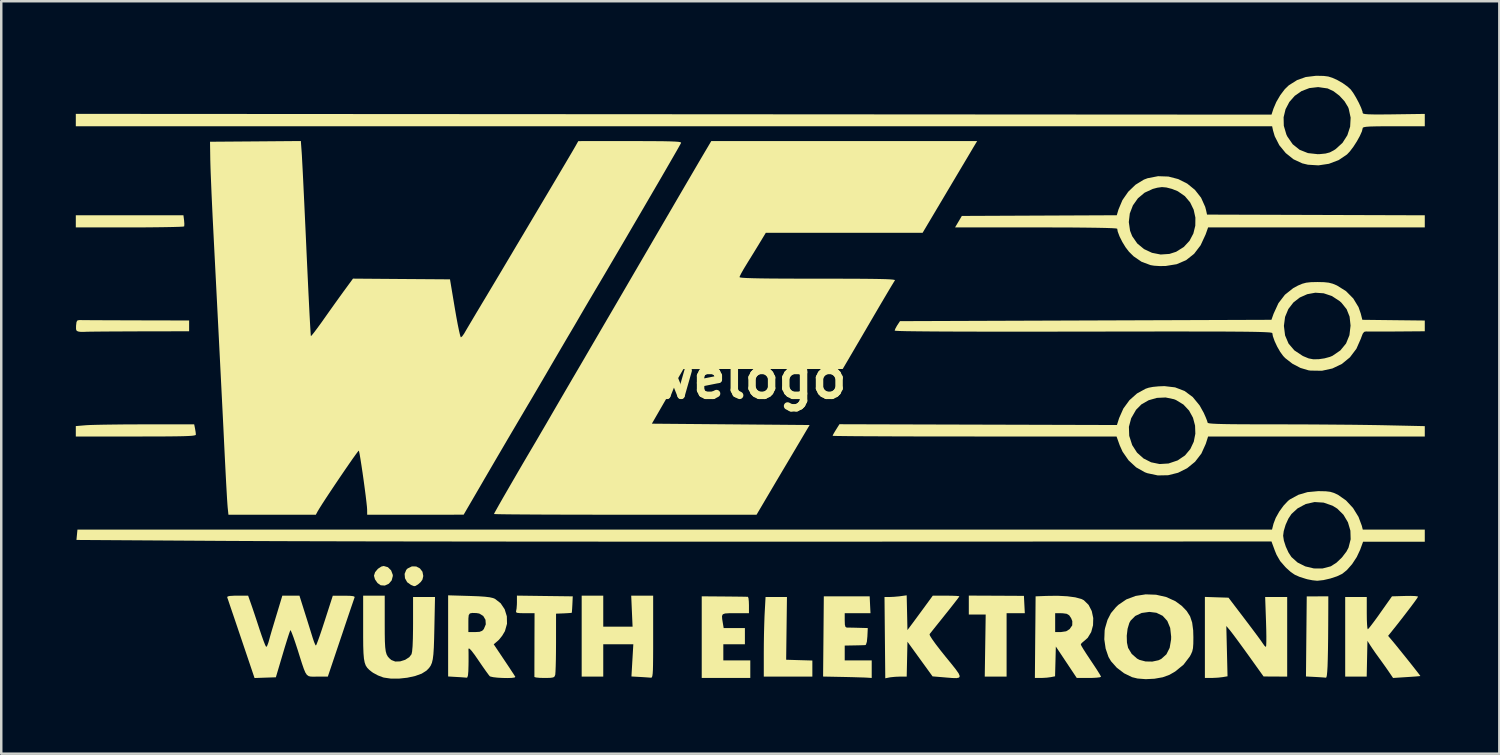
<source format=kicad_pcb>
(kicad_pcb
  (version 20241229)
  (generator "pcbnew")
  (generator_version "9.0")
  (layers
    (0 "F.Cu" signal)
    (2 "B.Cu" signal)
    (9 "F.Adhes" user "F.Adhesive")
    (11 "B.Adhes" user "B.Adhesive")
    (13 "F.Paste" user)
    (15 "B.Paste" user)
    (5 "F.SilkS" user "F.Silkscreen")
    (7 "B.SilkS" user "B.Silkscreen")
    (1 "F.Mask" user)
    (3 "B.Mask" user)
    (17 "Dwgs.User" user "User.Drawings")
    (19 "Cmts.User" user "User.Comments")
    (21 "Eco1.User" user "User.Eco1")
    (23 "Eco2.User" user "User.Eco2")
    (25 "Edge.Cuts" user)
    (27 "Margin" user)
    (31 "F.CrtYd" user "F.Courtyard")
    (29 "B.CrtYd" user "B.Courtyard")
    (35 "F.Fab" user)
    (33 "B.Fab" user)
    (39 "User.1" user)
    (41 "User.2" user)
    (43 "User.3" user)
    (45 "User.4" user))
  (footprint "welogo"
    (layer "F.Cu")
    (at 27.137 12.178)
    (property "Reference" "welogo" (at 0 0 0) (layer "F.SilkS") (effects (font (size 1.5 1.5) (thickness 0.3))))
    (attr board_only exclude_from_pos_files exclude_from_bom)
    (fp_poly (pts (xy -14.58 7.593) (xy -14.451 7.721) (xy -14.385 7.897) (xy -14.382 7.945) (xy -14.428 8.122) (xy -14.545 8.259) (xy -14.704 8.331) (xy -14.871 8.32) (xy -14.999 8.229) (xy -15.101 8.081) (xy -15.141 7.935) (xy -15.096 7.793) (xy -14.984 7.658) (xy -14.841 7.565) (xy -14.748 7.544)) (stroke (width 0) (type solid)) (fill yes) (layer "F.SilkS"))
    (fp_poly (pts (xy 9.9 8.74) (xy 11.009 8.746) (xy 11.027 9.095) (xy 11.045 9.444) (xy 10.678 9.444) (xy 10.312 9.444) (xy 10.312 10.719) (xy 10.312 11.994) (xy 9.873 11.994) (xy 9.433 11.994) (xy 9.452 10.746) (xy 9.471 9.498) (xy 9.132 9.498) (xy 8.792 9.498) (xy 8.792 9.116) (xy 8.792 8.735)) (stroke (width 0) (type solid)) (fill yes) (layer "F.SilkS"))
    (fp_poly (pts (xy -22.781 -6.364) (xy -22.77 -6.221) (xy -22.775 -6.128) (xy -22.779 -6.119) (xy -22.836 -6.11) (xy -22.99 -6.102) (xy -23.23 -6.095) (xy -23.543 -6.089) (xy -23.918 -6.084) (xy -24.343 -6.08) (xy -24.807 -6.079) (xy -24.969 -6.079) (xy -27.137 -6.079) (xy -27.137 -6.323) (xy -27.137 -6.567) (xy -24.972 -6.567) (xy -22.807 -6.567)) (stroke (width 0) (type solid)) (fill yes) (layer "F.SilkS"))
    (fp_poly (pts (xy -13.441 7.563) (xy -13.293 7.641) (xy -13.19 7.774) (xy -13.157 7.947) (xy -13.19 8.09) (xy -13.26 8.189) (xy -13.368 8.285) (xy -13.475 8.348) (xy -13.53 8.355) (xy -13.583 8.334) (xy -13.652 8.306) (xy -13.806 8.196) (xy -13.893 8.037) (xy -13.908 7.861) (xy -13.843 7.701) (xy -13.788 7.644) (xy -13.614 7.559)) (stroke (width 0) (type solid)) (fill yes) (layer "F.SilkS"))
    (fp_poly (pts (xy 1.459 10.054) (xy 1.443 11.316) (xy 1.97 11.332) (xy 2.497 11.347) (xy 2.497 11.671) (xy 2.497 11.994) (xy 1.52 11.994) (xy 0.543 11.994) (xy 0.543 11.053) (xy 0.545 10.679) (xy 0.551 10.282) (xy 0.561 9.9) (xy 0.572 9.572) (xy 0.578 9.452) (xy 0.614 8.792) (xy 1.044 8.792) (xy 1.475 8.792)) (stroke (width 0) (type solid)) (fill yes) (layer "F.SilkS"))
    (fp_poly (pts (xy 23.255 9.24) (xy 23.252 9.901) (xy 23.248 10.459) (xy 23.242 10.921) (xy 23.234 11.294) (xy 23.225 11.584) (xy 23.212 11.797) (xy 23.198 11.939) (xy 23.18 12.017) (xy 23.161 12.038) (xy 23.075 12.03) (xy 22.916 12.019) (xy 22.725 12.008) (xy 22.357 11.989) (xy 22.372 10.378) (xy 22.388 8.768) (xy 22.822 8.766) (xy 23.256 8.765)) (stroke (width 0) (type solid)) (fill yes) (layer "F.SilkS"))
    (fp_poly (pts (xy -22.34 2.015) (xy -22.316 2.158) (xy -22.306 2.259) (xy -22.321 2.277) (xy -22.372 2.292) (xy -22.467 2.305) (xy -22.615 2.314) (xy -22.825 2.322) (xy -23.105 2.327) (xy -23.464 2.331) (xy -23.91 2.333) (xy -24.452 2.334) (xy -24.722 2.334) (xy -27.137 2.334) (xy -27.137 2.125) (xy -27.137 1.915) (xy -26.722 1.88) (xy -26.57 1.872) (xy -26.325 1.865) (xy -26.003 1.858) (xy -25.619 1.853) (xy -25.19 1.848) (xy -24.731 1.846) (xy -24.34 1.845) (xy -22.374 1.845)) (stroke (width 0) (type solid)) (fill yes) (layer "F.SilkS"))
    (fp_poly (pts (xy -26.96 -2.35) (xy -26.874 -2.349) (xy -26.692 -2.347) (xy -26.427 -2.346) (xy -26.091 -2.344) (xy -25.698 -2.342) (xy -25.26 -2.341) (xy -24.791 -2.339) (xy -24.694 -2.339) (xy -22.578 -2.334) (xy -22.578 -2.117) (xy -22.578 -1.9) (xy -24.627 -1.896) (xy -25.092 -1.894) (xy -25.525 -1.892) (xy -25.915 -1.89) (xy -26.248 -1.887) (xy -26.512 -1.884) (xy -26.694 -1.881) (xy -26.781 -1.877) (xy -26.784 -1.877) (xy -26.928 -1.875) (xy -27.018 -1.885) (xy -27.097 -1.913) (xy -27.128 -1.98) (xy -27.127 -2.119) (xy -27.126 -2.132) (xy -27.109 -2.274) (xy -27.07 -2.337) (xy -26.987 -2.351)) (stroke (width 0) (type solid)) (fill yes) (layer "F.SilkS"))
    (fp_poly (pts (xy -5.916 9.362) (xy -5.916 9.986) (xy -5.326 9.986) (xy -4.736 9.986) (xy -4.764 9.362) (xy -4.791 8.738) (xy -4.349 8.738) (xy -3.908 8.738) (xy -3.908 10.393) (xy -3.908 10.861) (xy -3.91 11.232) (xy -3.913 11.516) (xy -3.918 11.726) (xy -3.927 11.871) (xy -3.94 11.964) (xy -3.956 12.015) (xy -3.978 12.036) (xy -4.003 12.038) (xy -4.106 12.03) (xy -4.276 12.018) (xy -4.44 12.008) (xy -4.782 11.989) (xy -4.744 11.34) (xy -4.706 10.692) (xy -5.311 10.692) (xy -5.916 10.692) (xy -5.916 11.343) (xy -5.916 11.994) (xy -6.35 11.994) (xy -6.784 11.994) (xy -6.784 10.366) (xy -6.784 8.738) (xy -6.35 8.738) (xy -5.916 8.738)) (stroke (width 0) (type solid)) (fill yes) (layer "F.SilkS"))
    (fp_poly (pts (xy -1.045 8.771) (xy -0.741 8.774) (xy -0.475 8.777) (xy -0.266 8.78) (xy -0.133 8.783) (xy -0.095 8.785) (xy -0.073 8.839) (xy -0.059 8.97) (xy -0.054 9.118) (xy -0.054 9.444) (xy -0.597 9.444) (xy -0.852 9.444) (xy -1.016 9.454) (xy -1.106 9.488) (xy -1.138 9.558) (xy -1.131 9.678) (xy -1.105 9.837) (xy -1.071 10.041) (xy -0.644 10.041) (xy -0.217 10.041) (xy -0.217 10.366) (xy -0.217 10.692) (xy -0.651 10.692) (xy -1.085 10.692) (xy -1.085 11.018) (xy -1.085 11.343) (xy -0.543 11.343) (xy 0 11.343) (xy 0 11.696) (xy 0 12.049) (xy -0.977 12.049) (xy -1.954 12.049) (xy -1.954 10.407) (xy -1.954 8.764)) (stroke (width 0) (type solid)) (fill yes) (layer "F.SilkS"))
    (fp_poly (pts (xy 4.819 9.104) (xy 4.836 9.444) (xy 4.317 9.444) (xy 3.799 9.444) (xy 3.799 9.733) (xy 3.805 9.904) (xy 3.829 9.992) (xy 3.877 10.021) (xy 3.894 10.022) (xy 3.995 10.023) (xy 4.167 10.026) (xy 4.358 10.031) (xy 4.727 10.041) (xy 4.711 10.38) (xy 4.69 10.594) (xy 4.653 10.708) (xy 4.627 10.726) (xy 4.541 10.73) (xy 4.381 10.735) (xy 4.182 10.739) (xy 4.179 10.739) (xy 3.799 10.746) (xy 3.799 11.045) (xy 3.799 11.343) (xy 4.342 11.343) (xy 4.885 11.343) (xy 4.885 11.696) (xy 4.885 12.049) (xy 4.708 12.037) (xy 4.591 12.031) (xy 4.391 12.025) (xy 4.131 12.017) (xy 3.838 12.01) (xy 3.73 12.008) (xy 2.929 11.992) (xy 2.944 10.378) (xy 2.958 8.765) (xy 3.881 8.765) (xy 4.803 8.765)) (stroke (width 0) (type solid)) (fill yes) (layer "F.SilkS"))
    (fp_poly (pts (xy 18.765 8.804) (xy 19.24 8.819) (xy 19.881 9.661) (xy 20.086 9.932) (xy 20.274 10.182) (xy 20.433 10.396) (xy 20.55 10.557) (xy 20.613 10.649) (xy 20.614 10.651) (xy 20.688 10.754) (xy 20.743 10.8) (xy 20.745 10.8) (xy 20.756 10.749) (xy 20.762 10.606) (xy 20.763 10.388) (xy 20.759 10.113) (xy 20.75 9.796) (xy 20.75 9.796) (xy 20.715 8.792) (xy 21.158 8.792) (xy 21.601 8.792) (xy 21.601 10.393) (xy 21.601 11.994) (xy 21.126 11.992) (xy 20.651 11.989) (xy 20.041 11.137) (xy 19.841 10.86) (xy 19.653 10.602) (xy 19.49 10.382) (xy 19.365 10.216) (xy 19.291 10.122) (xy 19.152 9.959) (xy 19.177 10.971) (xy 19.201 11.982) (xy 19.004 12.015) (xy 18.821 12.036) (xy 18.608 12.047) (xy 18.548 12.048) (xy 18.29 12.049) (xy 18.29 10.418) (xy 18.29 8.788)) (stroke (width 0) (type solid)) (fill yes) (layer "F.SilkS"))
    (fp_poly (pts (xy -8.266 8.751) (xy -7.143 8.765) (xy -7.158 9.091) (xy -7.168 9.265) (xy -7.177 9.387) (xy -7.183 9.427) (xy -7.239 9.434) (xy -7.37 9.443) (xy -7.505 9.45) (xy -7.815 9.462) (xy -7.816 10.633) (xy -7.818 10.986) (xy -7.822 11.308) (xy -7.829 11.581) (xy -7.837 11.787) (xy -7.846 11.908) (xy -7.85 11.927) (xy -7.875 11.99) (xy -7.927 12.026) (xy -8.03 12.043) (xy -8.208 12.049) (xy -8.283 12.049) (xy -8.476 12.044) (xy -8.619 12.03) (xy -8.684 12.011) (xy -8.686 12.008) (xy -8.686 11.944) (xy -8.686 11.788) (xy -8.686 11.554) (xy -8.685 11.259) (xy -8.684 10.919) (xy -8.684 10.705) (xy -8.68 9.444) (xy -9.068 9.444) (xy -9.269 9.44) (xy -9.382 9.428) (xy -9.426 9.4) (xy -9.422 9.358) (xy -9.403 9.255) (xy -9.391 9.091) (xy -9.389 9.004) (xy -9.389 8.736)) (stroke (width 0) (type solid)) (fill yes) (layer "F.SilkS"))
    (fp_poly (pts (xy -14.708 9.866) (xy -14.707 10.268) (xy -14.702 10.577) (xy -14.689 10.809) (xy -14.667 10.978) (xy -14.632 11.101) (xy -14.581 11.192) (xy -14.512 11.267) (xy -14.439 11.328) (xy -14.284 11.388) (xy -14.088 11.382) (xy -13.888 11.32) (xy -13.72 11.212) (xy -13.63 11.094) (xy -13.606 10.981) (xy -13.587 10.767) (xy -13.575 10.458) (xy -13.569 10.06) (xy -13.568 9.875) (xy -13.568 8.792) (xy -13.127 8.792) (xy -12.685 8.792) (xy -12.711 10.054) (xy -12.721 10.49) (xy -12.733 10.832) (xy -12.75 11.094) (xy -12.775 11.293) (xy -12.81 11.441) (xy -12.859 11.554) (xy -12.923 11.646) (xy -13.007 11.733) (xy -13.034 11.758) (xy -13.222 11.876) (xy -13.487 11.971) (xy -13.801 12.039) (xy -14.134 12.075) (xy -14.457 12.075) (xy -14.741 12.034) (xy -14.778 12.024) (xy -14.98 11.947) (xy -15.173 11.843) (xy -15.225 11.807) (xy -15.329 11.724) (xy -15.41 11.642) (xy -15.472 11.548) (xy -15.515 11.427) (xy -15.545 11.266) (xy -15.563 11.049) (xy -15.573 10.763) (xy -15.576 10.393) (xy -15.576 10.043) (xy -15.576 8.738) (xy -15.142 8.738) (xy -14.708 8.738)) (stroke (width 0) (type solid)) (fill yes) (layer "F.SilkS"))
    (fp_poly (pts (xy 6.308 9.423) (xy 6.323 10.122) (xy 6.545 9.824) (xy 6.687 9.632) (xy 6.859 9.398) (xy 7.028 9.168) (xy 7.054 9.132) (xy 7.342 8.738) (xy 7.877 8.738) (xy 8.103 8.74) (xy 8.282 8.747) (xy 8.391 8.756) (xy 8.412 8.763) (xy 8.38 8.812) (xy 8.291 8.93) (xy 8.155 9.105) (xy 7.985 9.321) (xy 7.834 9.509) (xy 7.641 9.751) (xy 7.469 9.965) (xy 7.332 10.137) (xy 7.242 10.25) (xy 7.212 10.288) (xy 7.23 10.35) (xy 7.314 10.484) (xy 7.457 10.684) (xy 7.654 10.94) (xy 7.849 11.184) (xy 8.095 11.485) (xy 8.274 11.711) (xy 8.385 11.871) (xy 8.427 11.975) (xy 8.4 12.033) (xy 8.301 12.055) (xy 8.132 12.051) (xy 7.89 12.032) (xy 7.777 12.022) (xy 7.333 11.985) (xy 6.828 11.288) (xy 6.323 10.591) (xy 6.308 11.293) (xy 6.293 11.994) (xy 6.03 11.994) (xy 5.831 12.002) (xy 5.649 12.02) (xy 5.599 12.028) (xy 5.431 12.062) (xy 5.415 10.427) (xy 5.4 8.792) (xy 5.596 8.792) (xy 5.778 8.784) (xy 5.989 8.765) (xy 6.042 8.758) (xy 6.292 8.724)) (stroke (width 0) (type solid)) (fill yes) (layer "F.SilkS"))
    (fp_poly (pts (xy 12.752 8.762) (xy 13.076 8.805) (xy 13.317 8.87) (xy 13.418 8.92) (xy 13.611 9.109) (xy 13.738 9.356) (xy 13.798 9.638) (xy 13.79 9.928) (xy 13.716 10.202) (xy 13.575 10.435) (xy 13.427 10.565) (xy 13.332 10.643) (xy 13.297 10.702) (xy 13.326 10.764) (xy 13.405 10.897) (xy 13.524 11.083) (xy 13.67 11.303) (xy 13.704 11.354) (xy 13.854 11.579) (xy 13.98 11.773) (xy 14.069 11.917) (xy 14.11 11.995) (xy 14.111 12.001) (xy 14.061 12.022) (xy 13.926 12.038) (xy 13.732 12.048) (xy 13.623 12.049) (xy 13.135 12.049) (xy 12.714 11.416) (xy 12.293 10.784) (xy 12.278 11.383) (xy 12.262 11.982) (xy 12.094 12.015) (xy 11.929 12.037) (xy 11.731 12.048) (xy 11.688 12.049) (xy 11.45 12.049) (xy 11.464 10.407) (xy 11.47 9.824) (xy 12.266 9.824) (xy 12.266 10.203) (xy 12.493 10.203) (xy 12.708 10.171) (xy 12.846 10.085) (xy 12.953 9.932) (xy 12.956 9.762) (xy 12.909 9.644) (xy 12.83 9.527) (xy 12.729 9.467) (xy 12.569 9.446) (xy 12.496 9.444) (xy 12.266 9.444) (xy 12.266 9.824) (xy 11.47 9.824) (xy 11.479 8.765) (xy 11.913 8.748) (xy 12.359 8.742)) (stroke (width 0) (type solid)) (fill yes) (layer "F.SilkS"))
    (fp_poly (pts (xy 26.741 8.753) (xy 26.846 8.767) (xy 26.865 8.778) (xy 26.833 8.835) (xy 26.743 8.963) (xy 26.606 9.148) (xy 26.432 9.377) (xy 26.232 9.637) (xy 26.015 9.914) (xy 25.821 10.157) (xy 25.662 10.355) (xy 25.771 10.483) (xy 25.886 10.62) (xy 26.035 10.802) (xy 26.205 11.013) (xy 26.384 11.235) (xy 26.559 11.454) (xy 26.716 11.653) (xy 26.844 11.816) (xy 26.929 11.927) (xy 26.959 11.971) (xy 26.959 11.971) (xy 26.903 11.978) (xy 26.763 11.99) (xy 26.561 12.004) (xy 26.404 12.014) (xy 25.861 12.049) (xy 25.686 11.791) (xy 25.555 11.602) (xy 25.398 11.383) (xy 25.291 11.235) (xy 25.155 11.047) (xy 25.028 10.863) (xy 24.95 10.746) (xy 24.83 10.556) (xy 24.815 11.275) (xy 24.8 11.994) (xy 24.367 11.994) (xy 23.935 11.994) (xy 23.935 10.393) (xy 23.935 8.792) (xy 24.369 8.792) (xy 24.803 8.792) (xy 24.803 9.444) (xy 24.806 9.695) (xy 24.815 9.9) (xy 24.828 10.039) (xy 24.843 10.091) (xy 24.844 10.091) (xy 24.888 10.048) (xy 24.981 9.931) (xy 25.113 9.756) (xy 25.271 9.539) (xy 25.35 9.426) (xy 25.817 8.765) (xy 26.341 8.75) (xy 26.564 8.747)) (stroke (width 0) (type solid)) (fill yes) (layer "F.SilkS"))
    (fp_poly (pts (xy 16.326 8.7) (xy 16.73 8.791) (xy 17.101 8.959) (xy 17.358 9.147) (xy 17.557 9.353) (xy 17.694 9.569) (xy 17.778 9.821) (xy 17.819 10.134) (xy 17.827 10.421) (xy 17.824 10.673) (xy 17.811 10.85) (xy 17.781 10.982) (xy 17.727 11.104) (xy 17.681 11.187) (xy 17.431 11.515) (xy 17.094 11.79) (xy 16.863 11.923) (xy 16.593 12.021) (xy 16.261 12.08) (xy 15.909 12.097) (xy 15.579 12.071) (xy 15.359 12.017) (xy 15.039 11.86) (xy 14.747 11.638) (xy 14.515 11.378) (xy 14.412 11.205) (xy 14.297 10.868) (xy 14.243 10.495) (xy 14.249 10.351) (xy 15.146 10.351) (xy 15.154 10.626) (xy 15.2 10.838) (xy 15.344 11.078) (xy 15.559 11.268) (xy 15.658 11.321) (xy 15.902 11.385) (xy 16.174 11.39) (xy 16.425 11.336) (xy 16.535 11.283) (xy 16.742 11.097) (xy 16.873 10.837) (xy 16.93 10.501) (xy 16.933 10.387) (xy 16.894 10.035) (xy 16.778 9.754) (xy 16.592 9.549) (xy 16.339 9.426) (xy 16.057 9.391) (xy 15.746 9.434) (xy 15.489 9.554) (xy 15.302 9.742) (xy 15.25 9.835) (xy 15.179 10.071) (xy 15.146 10.351) (xy 14.249 10.351) (xy 14.257 10.137) (xy 14.273 10.047) (xy 14.372 9.71) (xy 14.511 9.44) (xy 14.714 9.198) (xy 14.811 9.106) (xy 15.131 8.888) (xy 15.505 8.748) (xy 15.91 8.685)) (stroke (width 0) (type solid)) (fill yes) (layer "F.SilkS"))
    (fp_poly (pts (xy -11.302 8.749) (xy -10.943 8.762) (xy -10.676 8.78) (xy -10.484 8.803) (xy -10.349 8.834) (xy -10.274 8.865) (xy -10.046 9.041) (xy -9.883 9.284) (xy -9.795 9.568) (xy -9.788 9.868) (xy -9.87 10.159) (xy -9.876 10.173) (xy -9.983 10.352) (xy -10.112 10.512) (xy -10.159 10.556) (xy -10.323 10.694) (xy -9.897 11.33) (xy -9.742 11.561) (xy -9.61 11.762) (xy -9.511 11.912) (xy -9.458 11.997) (xy -9.453 12.007) (xy -9.489 12.032) (xy -9.606 12.047) (xy -9.777 12.052) (xy -9.974 12.048) (xy -10.171 12.037) (xy -10.34 12.018) (xy -10.455 11.992) (xy -10.484 11.977) (xy -10.542 11.904) (xy -10.645 11.763) (xy -10.778 11.573) (xy -10.909 11.382) (xy -11.088 11.122) (xy -11.217 10.953) (xy -11.299 10.869) (xy -11.337 10.866) (xy -11.339 10.923) (xy -11.336 11.004) (xy -11.335 11.166) (xy -11.335 11.381) (xy -11.337 11.52) (xy -11.344 11.78) (xy -11.359 11.944) (xy -11.385 12.025) (xy -11.411 12.038) (xy -11.498 12.03) (xy -11.657 12.018) (xy -11.818 12.009) (xy -12.157 11.989) (xy -12.157 10.356) (xy -12.157 9.824) (xy -11.343 9.824) (xy -11.343 10.203) (xy -11.075 10.203) (xy -10.896 10.193) (xy -10.788 10.152) (xy -10.722 10.083) (xy -10.642 9.892) (xy -10.654 9.708) (xy -10.745 9.554) (xy -10.904 9.457) (xy -11.018 9.438) (xy -11.184 9.433) (xy -11.281 9.452) (xy -11.328 9.519) (xy -11.342 9.655) (xy -11.343 9.824) (xy -12.157 9.824) (xy -12.157 8.724)) (stroke (width 0) (type solid)) (fill yes) (layer "F.SilkS"))
    (fp_poly (pts (xy 16.822 -8.125) (xy 17.217 -8.023) (xy 17.578 -7.842) (xy 17.889 -7.589) (xy 18.136 -7.274) (xy 18.303 -6.904) (xy 18.341 -6.757) (xy 18.376 -6.594) (xy 22.756 -6.58) (xy 27.137 -6.566) (xy 27.137 -6.323) (xy 27.137 -6.079) (xy 22.778 -6.079) (xy 18.42 -6.079) (xy 18.319 -5.794) (xy 18.118 -5.36) (xy 17.856 -5.016) (xy 17.535 -4.761) (xy 17.154 -4.598) (xy 16.716 -4.527) (xy 16.689 -4.525) (xy 16.461 -4.524) (xy 16.245 -4.538) (xy 16.105 -4.561) (xy 15.74 -4.697) (xy 15.42 -4.917) (xy 15.234 -5.102) (xy 15.099 -5.278) (xy 14.968 -5.493) (xy 14.857 -5.714) (xy 14.784 -5.908) (xy 14.762 -6.026) (xy 14.709 -6.038) (xy 14.551 -6.048) (xy 14.292 -6.057) (xy 13.937 -6.064) (xy 13.489 -6.07) (xy 12.952 -6.075) (xy 12.331 -6.077) (xy 11.629 -6.079) (xy 11.5 -6.079) (xy 8.239 -6.079) (xy 8.365 -6.293) (xy 15.229 -6.293) (xy 15.28 -5.943) (xy 15.365 -5.726) (xy 15.569 -5.432) (xy 15.842 -5.206) (xy 16.163 -5.056) (xy 16.51 -4.988) (xy 16.864 -5.012) (xy 17.133 -5.098) (xy 17.441 -5.291) (xy 17.672 -5.54) (xy 17.826 -5.832) (xy 17.904 -6.148) (xy 17.908 -6.473) (xy 17.839 -6.79) (xy 17.697 -7.084) (xy 17.484 -7.337) (xy 17.201 -7.533) (xy 16.967 -7.627) (xy 16.741 -7.685) (xy 16.562 -7.701) (xy 16.378 -7.676) (xy 16.195 -7.627) (xy 15.865 -7.476) (xy 15.595 -7.249) (xy 15.394 -6.965) (xy 15.269 -6.64) (xy 15.229 -6.293) (xy 8.365 -6.293) (xy 8.375 -6.309) (xy 8.511 -6.54) (xy 11.628 -6.554) (xy 14.745 -6.568) (xy 14.813 -6.798) (xy 14.972 -7.177) (xy 15.208 -7.516) (xy 15.501 -7.797) (xy 15.833 -8) (xy 15.985 -8.058) (xy 16.406 -8.139)) (stroke (width 0) (type solid)) (fill yes) (layer "F.SilkS"))
    (fp_poly (pts (xy -20.094 9.05) (xy -20.034 9.222) (xy -19.952 9.465) (xy -19.857 9.751) (xy -19.76 10.046) (xy -19.749 10.081) (xy -19.661 10.341) (xy -19.583 10.559) (xy -19.521 10.716) (xy -19.481 10.795) (xy -19.474 10.8) (xy -19.437 10.753) (xy -19.392 10.634) (xy -19.373 10.57) (xy -19.316 10.363) (xy -19.252 10.141) (xy -19.238 10.095) (xy -19.19 9.937) (xy -19.122 9.711) (xy -19.044 9.453) (xy -18.996 9.294) (xy -18.828 8.738) (xy -18.484 8.738) (xy -18.139 8.738) (xy -17.921 9.43) (xy -17.829 9.721) (xy -17.74 10.006) (xy -17.663 10.253) (xy -17.608 10.43) (xy -17.607 10.434) (xy -17.551 10.599) (xy -17.503 10.712) (xy -17.477 10.746) (xy -17.451 10.697) (xy -17.398 10.56) (xy -17.323 10.351) (xy -17.233 10.086) (xy -17.133 9.78) (xy -17.121 9.744) (xy -16.798 8.741) (xy -16.345 8.74) (xy -16.114 8.743) (xy -15.978 8.757) (xy -15.921 8.783) (xy -15.92 8.806) (xy -15.944 8.873) (xy -15.997 9.029) (xy -16.077 9.262) (xy -16.177 9.558) (xy -16.294 9.904) (xy -16.422 10.287) (xy -16.472 10.434) (xy -16.997 11.994) (xy -17.418 11.994) (xy -17.568 11.997) (xy -17.682 11.994) (xy -17.769 11.975) (xy -17.838 11.926) (xy -17.9 11.834) (xy -17.962 11.687) (xy -18.036 11.472) (xy -18.13 11.176) (xy -18.209 10.923) (xy -18.3 10.646) (xy -18.38 10.412) (xy -18.446 10.238) (xy -18.489 10.14) (xy -18.503 10.126) (xy -18.528 10.185) (xy -18.578 10.331) (xy -18.647 10.548) (xy -18.73 10.816) (xy -18.811 11.089) (xy -19.088 12.022) (xy -19.517 12.036) (xy -19.946 12.051) (xy -20.483 10.462) (xy -20.617 10.066) (xy -20.74 9.702) (xy -20.849 9.382) (xy -20.938 9.12) (xy -21.002 8.929) (xy -21.039 8.823) (xy -21.045 8.806) (xy -21.029 8.77) (xy -20.939 8.749) (xy -20.761 8.739) (xy -20.637 8.738) (xy -20.204 8.738)) (stroke (width 0) (type solid)) (fill yes) (layer "F.SilkS"))
    (fp_poly (pts (xy 23.071 -12.173) (xy 23.253 -12.15) (xy 23.419 -12.098) (xy 23.618 -12.007) (xy 23.625 -12.004) (xy 23.833 -11.885) (xy 24.028 -11.746) (xy 24.156 -11.629) (xy 24.258 -11.49) (xy 24.372 -11.301) (xy 24.483 -11.093) (xy 24.574 -10.896) (xy 24.63 -10.741) (xy 24.64 -10.68) (xy 24.662 -10.657) (xy 24.735 -10.64) (xy 24.869 -10.629) (xy 25.076 -10.624) (xy 25.367 -10.623) (xy 25.752 -10.626) (xy 25.888 -10.628) (xy 27.137 -10.645) (xy 27.137 -10.397) (xy 27.137 -10.149) (xy 25.888 -10.149) (xy 25.478 -10.148) (xy 25.165 -10.144) (xy 24.936 -10.138) (xy 24.782 -10.127) (xy 24.689 -10.111) (xy 24.646 -10.091) (xy 24.64 -10.075) (xy 24.608 -9.944) (xy 24.524 -9.756) (xy 24.405 -9.541) (xy 24.266 -9.325) (xy 24.124 -9.137) (xy 24.008 -9.014) (xy 23.671 -8.786) (xy 23.28 -8.638) (xy 22.86 -8.575) (xy 22.436 -8.601) (xy 22.207 -8.656) (xy 21.856 -8.819) (xy 21.543 -9.069) (xy 21.284 -9.385) (xy 21.1 -9.746) (xy 21.033 -9.973) (xy 20.995 -10.149) (xy -3.071 -10.149) (xy -27.137 -10.149) (xy -27.137 -10.398) (xy -27.137 -10.51) (xy 21.457 -10.51) (xy 21.465 -10.167) (xy 21.568 -9.817) (xy 21.607 -9.736) (xy 21.822 -9.425) (xy 22.1 -9.202) (xy 22.437 -9.068) (xy 22.83 -9.025) (xy 22.919 -9.028) (xy 23.147 -9.051) (xy 23.318 -9.097) (xy 23.481 -9.183) (xy 23.551 -9.229) (xy 23.826 -9.479) (xy 24.022 -9.786) (xy 24.134 -10.132) (xy 24.154 -10.494) (xy 24.077 -10.852) (xy 24.051 -10.918) (xy 23.909 -11.153) (xy 23.704 -11.376) (xy 23.467 -11.557) (xy 23.233 -11.668) (xy 23.22 -11.671) (xy 22.846 -11.724) (xy 22.495 -11.684) (xy 22.178 -11.562) (xy 21.905 -11.372) (xy 21.688 -11.125) (xy 21.535 -10.833) (xy 21.457 -10.51) (xy -27.137 -10.51) (xy -27.137 -10.647) (xy -3.084 -10.632) (xy 20.97 -10.616) (xy 21.049 -10.858) (xy 21.164 -11.127) (xy 21.324 -11.4) (xy 21.504 -11.639) (xy 21.667 -11.796) (xy 22 -12.006) (xy 22.349 -12.129) (xy 22.747 -12.177) (xy 22.829 -12.178)) (stroke (width 0) (type solid)) (fill yes) (layer "F.SilkS"))
    (fp_poly (pts (xy 17.091 0.357) (xy 17.47 0.502) (xy 17.799 0.744) (xy 18.076 1.081) (xy 18.243 1.38) (xy 18.322 1.558) (xy 18.379 1.702) (xy 18.399 1.777) (xy 18.42 1.793) (xy 18.489 1.807) (xy 18.613 1.818) (xy 18.8 1.827) (xy 19.056 1.834) (xy 19.389 1.839) (xy 19.806 1.842) (xy 20.315 1.844) (xy 20.924 1.845) (xy 21.131 1.845) (xy 21.738 1.846) (xy 22.373 1.848) (xy 23.014 1.852) (xy 23.641 1.857) (xy 24.235 1.862) (xy 24.774 1.869) (xy 25.238 1.876) (xy 25.5 1.881) (xy 27.137 1.917) (xy 27.137 2.125) (xy 27.137 2.334) (xy 22.778 2.334) (xy 18.419 2.334) (xy 18.325 2.631) (xy 18.148 3.022) (xy 17.894 3.351) (xy 17.576 3.61) (xy 17.21 3.793) (xy 16.812 3.892) (xy 16.396 3.9) (xy 15.978 3.811) (xy 15.875 3.773) (xy 15.524 3.575) (xy 15.219 3.292) (xy 14.978 2.945) (xy 14.864 2.691) (xy 14.736 2.334) (xy 9.023 2.334) (xy 8.246 2.333) (xy 7.5 2.333) (xy 6.792 2.332) (xy 6.129 2.33) (xy 5.519 2.328) (xy 4.968 2.325) (xy 4.484 2.323) (xy 4.074 2.32) (xy 3.744 2.316) (xy 3.503 2.313) (xy 3.356 2.309) (xy 3.311 2.306) (xy 3.337 2.247) (xy 3.405 2.13) (xy 3.449 2.059) (xy 3.521 1.944) (xy 15.233 1.944) (xy 15.245 2.297) (xy 15.248 2.315) (xy 15.365 2.68) (xy 15.56 2.983) (xy 15.819 3.216) (xy 16.127 3.372) (xy 16.468 3.442) (xy 16.827 3.42) (xy 17.189 3.298) (xy 17.197 3.294) (xy 17.489 3.096) (xy 17.704 2.839) (xy 17.843 2.543) (xy 17.906 2.222) (xy 17.895 1.895) (xy 17.811 1.579) (xy 17.654 1.291) (xy 17.426 1.048) (xy 17.129 0.867) (xy 17.047 0.834) (xy 16.71 0.764) (xy 16.362 0.78) (xy 16.028 0.875) (xy 15.737 1.041) (xy 15.52 1.26) (xy 15.324 1.601) (xy 15.233 1.944) (xy 3.521 1.944) (xy 3.587 1.84) (xy 9.169 1.856) (xy 14.751 1.872) (xy 14.84 1.591) (xy 15.01 1.208) (xy 15.255 0.873) (xy 15.559 0.602) (xy 15.904 0.413) (xy 16.029 0.371) (xy 16.2 0.338) (xy 16.429 0.316) (xy 16.662 0.307)) (stroke (width 0) (type solid)) (fill yes) (layer "F.SilkS"))
    (fp_poly (pts (xy 23.152 4.538) (xy 23.332 4.559) (xy 23.483 4.604) (xy 23.643 4.679) (xy 23.967 4.905) (xy 24.25 5.21) (xy 24.471 5.568) (xy 24.605 5.929) (xy 24.642 6.079) (xy 25.889 6.079) (xy 27.137 6.079) (xy 27.137 6.323) (xy 27.137 6.567) (xy 25.896 6.567) (xy 24.655 6.567) (xy 24.537 6.891) (xy 24.399 7.185) (xy 24.213 7.469) (xy 24.002 7.709) (xy 23.814 7.86) (xy 23.606 7.959) (xy 23.339 8.047) (xy 23.062 8.111) (xy 22.823 8.137) (xy 22.797 8.137) (xy 22.62 8.119) (xy 22.416 8.079) (xy 22.361 8.064) (xy 22.101 7.982) (xy 21.909 7.897) (xy 21.745 7.786) (xy 21.569 7.627) (xy 21.527 7.585) (xy 21.318 7.345) (xy 21.172 7.09) (xy 21.106 6.929) (xy 20.969 6.557) (xy 2.873 6.565) (xy 1.406 6.565) (xy -0.068 6.566) (xy -1.542 6.566) (xy -3.011 6.565) (xy -4.468 6.565) (xy -5.908 6.564) (xy -7.326 6.563) (xy -8.714 6.562) (xy -10.067 6.561) (xy -11.379 6.559) (xy -12.645 6.558) (xy -13.858 6.556) (xy -15.012 6.554) (xy -16.102 6.552) (xy -17.121 6.549) (xy -18.064 6.547) (xy -18.924 6.544) (xy -19.696 6.541) (xy -20.374 6.538) (xy -20.952 6.535) (xy -21.167 6.534) (xy -27.111 6.496) (xy -27.095 6.326) (xy 21.438 6.326) (xy 21.468 6.524) (xy 21.545 6.763) (xy 21.652 6.998) (xy 21.771 7.182) (xy 21.771 7.182) (xy 22.02 7.405) (xy 22.33 7.56) (xy 22.674 7.642) (xy 23.022 7.644) (xy 23.346 7.56) (xy 23.365 7.551) (xy 23.584 7.411) (xy 23.802 7.203) (xy 23.984 6.966) (xy 24.069 6.806) (xy 24.155 6.468) (xy 24.144 6.121) (xy 24.045 5.786) (xy 23.866 5.484) (xy 23.616 5.236) (xy 23.429 5.12) (xy 23.068 4.994) (xy 22.703 4.971) (xy 22.35 5.049) (xy 22.022 5.224) (xy 21.773 5.452) (xy 21.648 5.641) (xy 21.537 5.887) (xy 21.462 6.14) (xy 21.438 6.326) (xy -27.095 6.326) (xy -27.091 6.287) (xy -27.071 6.079) (xy -3.04 6.079) (xy 20.991 6.079) (xy 21.051 5.841) (xy 21.139 5.61) (xy 21.282 5.355) (xy 21.456 5.115) (xy 21.635 4.925) (xy 21.71 4.866) (xy 22.051 4.68) (xy 22.418 4.572) (xy 22.84 4.533) (xy 22.903 4.533)) (stroke (width 0) (type solid)) (fill yes) (layer "F.SilkS"))
    (fp_poly (pts (xy 23.082 -3.875) (xy 23.273 -3.855) (xy 23.434 -3.813) (xy 23.604 -3.742) (xy 23.609 -3.739) (xy 23.967 -3.515) (xy 24.26 -3.219) (xy 24.472 -2.87) (xy 24.56 -2.616) (xy 24.625 -2.361) (xy 25.881 -2.346) (xy 27.137 -2.332) (xy 27.137 -2.116) (xy 27.137 -1.9) (xy 26.011 -1.891) (xy 25.665 -1.889) (xy 25.352 -1.888) (xy 25.088 -1.888) (xy 24.893 -1.889) (xy 24.784 -1.891) (xy 24.772 -1.892) (xy 24.699 -1.876) (xy 24.641 -1.803) (xy 24.581 -1.648) (xy 24.569 -1.611) (xy 24.386 -1.196) (xy 24.126 -0.852) (xy 23.801 -0.585) (xy 23.421 -0.403) (xy 22.998 -0.311) (xy 22.541 -0.318) (xy 22.458 -0.329) (xy 22.134 -0.425) (xy 21.809 -0.596) (xy 21.523 -0.819) (xy 21.44 -0.906) (xy 21.319 -1.072) (xy 21.198 -1.283) (xy 21.095 -1.504) (xy 21.025 -1.702) (xy 21.004 -1.823) (xy 20.992 -1.834) (xy 20.955 -1.844) (xy 20.886 -1.853) (xy 20.78 -1.86) (xy 20.633 -1.867) (xy 20.44 -1.873) (xy 20.196 -1.878) (xy 19.895 -1.882) (xy 19.532 -1.885) (xy 19.103 -1.888) (xy 18.603 -1.889) (xy 18.026 -1.89) (xy 17.367 -1.891) (xy 16.622 -1.891) (xy 15.786 -1.89) (xy 14.852 -1.889) (xy 13.817 -1.887) (xy 13.406 -1.886) (xy 12.187 -1.885) (xy 11.075 -1.884) (xy 10.067 -1.884) (xy 9.166 -1.885) (xy 8.372 -1.887) (xy 7.683 -1.89) (xy 7.102 -1.894) (xy 6.628 -1.899) (xy 6.261 -1.904) (xy 6.002 -1.911) (xy 5.851 -1.919) (xy 5.808 -1.927) (xy 5.836 -2.005) (xy 5.898 -2.117) (xy 21.469 -2.117) (xy 21.516 -1.734) (xy 21.656 -1.405) (xy 21.89 -1.131) (xy 22.217 -0.914) (xy 22.259 -0.893) (xy 22.465 -0.808) (xy 22.648 -0.773) (xy 22.871 -0.776) (xy 22.878 -0.777) (xy 23.103 -0.81) (xy 23.32 -0.869) (xy 23.421 -0.911) (xy 23.74 -1.129) (xy 23.969 -1.407) (xy 24.106 -1.743) (xy 24.151 -2.128) (xy 24.112 -2.489) (xy 23.993 -2.788) (xy 23.785 -3.047) (xy 23.713 -3.112) (xy 23.401 -3.317) (xy 23.069 -3.428) (xy 22.734 -3.451) (xy 22.409 -3.392) (xy 22.11 -3.259) (xy 21.851 -3.058) (xy 21.648 -2.795) (xy 21.516 -2.478) (xy 21.469 -2.117) (xy 5.898 -2.117) (xy 5.903 -2.126) (xy 5.915 -2.144) (xy 6.023 -2.307) (xy 13.495 -2.334) (xy 20.967 -2.361) (xy 21.054 -2.605) (xy 21.249 -3.03) (xy 21.51 -3.37) (xy 21.842 -3.634) (xy 22.035 -3.739) (xy 22.205 -3.811) (xy 22.365 -3.854) (xy 22.553 -3.875) (xy 22.81 -3.881) (xy 22.822 -3.881)) (stroke (width 0) (type solid)) (fill yes) (layer "F.SilkS"))
    (fp_poly (pts (xy 9.021 -9.376) (xy 8.969 -9.289) (xy 8.869 -9.12) (xy 8.728 -8.882) (xy 8.552 -8.587) (xy 8.35 -8.247) (xy 8.127 -7.872) (xy 7.924 -7.53) (xy 6.933 -5.862) (xy 3.779 -5.861) (xy 0.624 -5.861) (xy 0.386 -5.468) (xy 0.244 -5.235) (xy 0.075 -4.96) (xy -0.093 -4.689) (xy -0.143 -4.607) (xy -0.266 -4.405) (xy -0.363 -4.233) (xy -0.422 -4.115) (xy -0.434 -4.078) (xy -0.403 -4.064) (xy -0.308 -4.052) (xy -0.141 -4.042) (xy 0.101 -4.034) (xy 0.425 -4.027) (xy 0.834 -4.022) (xy 1.336 -4.019) (xy 1.935 -4.017) (xy 2.637 -4.016) (xy 2.72 -4.016) (xy 3.406 -4.016) (xy 3.99 -4.014) (xy 4.479 -4.012) (xy 4.879 -4.008) (xy 5.199 -4.003) (xy 5.445 -3.997) (xy 5.623 -3.988) (xy 5.74 -3.978) (xy 5.804 -3.966) (xy 5.821 -3.952) (xy 5.819 -3.948) (xy 5.779 -3.886) (xy 5.691 -3.742) (xy 5.563 -3.528) (xy 5.402 -3.256) (xy 5.215 -2.939) (xy 5.01 -2.589) (xy 4.924 -2.442) (xy 4.705 -2.067) (xy 4.495 -1.707) (xy 4.302 -1.378) (xy 4.136 -1.094) (xy 4.004 -0.869) (xy 3.917 -0.719) (xy 3.901 -0.693) (xy 3.718 -0.382) (xy 0.513 -0.381) (xy -2.691 -0.38) (xy -3.091 0.312) (xy -3.258 0.601) (xy -3.429 0.898) (xy -3.586 1.17) (xy -3.71 1.385) (xy -3.725 1.411) (xy -3.96 1.818) (xy -0.786 1.845) (xy 2.387 1.872) (xy 1.723 2.993) (xy 1.506 3.359) (xy 1.279 3.741) (xy 1.058 4.114) (xy 0.858 4.453) (xy 0.694 4.731) (xy 0.655 4.797) (xy 0.251 5.482) (xy -5.03 5.482) (xy -5.777 5.481) (xy -6.493 5.48) (xy -7.17 5.479) (xy -7.8 5.477) (xy -8.377 5.475) (xy -8.893 5.472) (xy -9.341 5.469) (xy -9.712 5.466) (xy -10.001 5.462) (xy -10.2 5.458) (xy -10.301 5.454) (xy -10.312 5.452) (xy -10.286 5.398) (xy -10.211 5.263) (xy -10.096 5.058) (xy -9.946 4.795) (xy -9.768 4.487) (xy -9.57 4.145) (xy -9.359 3.781) (xy -9.141 3.407) (xy -8.923 3.036) (xy -8.765 2.768) (xy -8.608 2.502) (xy -8.42 2.179) (xy -8.22 1.838) (xy -8.033 1.516) (xy -8.004 1.465) (xy -7.821 1.15) (xy -7.623 0.81) (xy -7.432 0.482) (xy -7.269 0.203) (xy -7.246 0.163) (xy -7.128 -0.039) (xy -7.007 -0.245) (xy -6.878 -0.465) (xy -6.738 -0.704) (xy -6.583 -0.971) (xy -6.408 -1.271) (xy -6.208 -1.613) (xy -5.981 -2.003) (xy -5.721 -2.448) (xy -5.424 -2.956) (xy -5.087 -3.534) (xy -4.705 -4.19) (xy -4.274 -4.929) (xy -4.11 -5.21) (xy -3.778 -5.78) (xy -3.455 -6.333) (xy -3.147 -6.861) (xy -2.86 -7.354) (xy -2.597 -7.804) (xy -2.364 -8.202) (xy -2.167 -8.539) (xy -2.011 -8.806) (xy -1.9 -8.994) (xy -1.851 -9.077) (xy -1.57 -9.552) (xy 3.779 -9.552) (xy 9.127 -9.552)) (stroke (width 0) (type solid)) (fill yes) (layer "F.SilkS"))
    (fp_poly (pts (xy -18.05 -9.105) (xy -18.041 -8.972) (xy -18.029 -8.741) (xy -18.012 -8.423) (xy -17.992 -8.029) (xy -17.97 -7.569) (xy -17.945 -7.054) (xy -17.919 -6.495) (xy -17.891 -5.903) (xy -17.863 -5.288) (xy -17.859 -5.192) (xy -17.831 -4.589) (xy -17.804 -4.019) (xy -17.779 -3.49) (xy -17.755 -3.013) (xy -17.734 -2.596) (xy -17.715 -2.247) (xy -17.699 -1.977) (xy -17.688 -1.795) (xy -17.68 -1.71) (xy -17.679 -1.704) (xy -17.642 -1.739) (xy -17.554 -1.848) (xy -17.426 -2.018) (xy -17.268 -2.234) (xy -17.15 -2.401) (xy -16.945 -2.691) (xy -16.731 -2.991) (xy -16.529 -3.273) (xy -16.36 -3.507) (xy -16.314 -3.569) (xy -15.985 -4.018) (xy -14.034 -4.003) (xy -12.082 -3.989) (xy -11.887 -2.822) (xy -11.828 -2.482) (xy -11.772 -2.18) (xy -11.721 -1.933) (xy -11.68 -1.756) (xy -11.652 -1.665) (xy -11.644 -1.655) (xy -11.59 -1.698) (xy -11.514 -1.805) (xy -11.495 -1.838) (xy -11.436 -1.94) (xy -11.331 -2.118) (xy -11.191 -2.354) (xy -11.027 -2.63) (xy -10.847 -2.93) (xy -10.819 -2.978) (xy -10.624 -3.302) (xy -10.43 -3.627) (xy -10.25 -3.928) (xy -10.097 -4.184) (xy -9.987 -4.369) (xy -9.905 -4.507) (xy -9.775 -4.726) (xy -9.603 -5.015) (xy -9.398 -5.361) (xy -9.164 -5.753) (xy -8.911 -6.179) (xy -8.644 -6.628) (xy -8.455 -6.947) (xy -8.189 -7.394) (xy -7.936 -7.82) (xy -7.703 -8.213) (xy -7.495 -8.564) (xy -7.319 -8.862) (xy -7.181 -9.096) (xy -7.088 -9.255) (xy -7.05 -9.321) (xy -6.92 -9.551) (xy -4.838 -9.552) (xy -4.295 -9.551) (xy -3.851 -9.549) (xy -3.498 -9.546) (xy -3.227 -9.54) (xy -3.029 -9.532) (xy -2.895 -9.522) (xy -2.817 -9.508) (xy -2.785 -9.491) (xy -2.784 -9.481) (xy -2.818 -9.416) (xy -2.901 -9.268) (xy -3.029 -9.044) (xy -3.197 -8.753) (xy -3.398 -8.405) (xy -3.628 -8.008) (xy -3.882 -7.573) (xy -4.154 -7.106) (xy -4.438 -6.619) (xy -4.731 -6.119) (xy -5.025 -5.615) (xy -5.317 -5.118) (xy -5.601 -4.635) (xy -5.871 -4.176) (xy -6.123 -3.75) (xy -6.335 -3.392) (xy -6.496 -3.12) (xy -6.661 -2.839) (xy -6.81 -2.584) (xy -6.908 -2.415) (xy -7.036 -2.195) (xy -7.166 -1.974) (xy -7.27 -1.798) (xy -7.274 -1.791) (xy -7.346 -1.67) (xy -7.461 -1.474) (xy -7.61 -1.22) (xy -7.781 -0.928) (xy -7.964 -0.615) (xy -8.006 -0.543) (xy -8.206 -0.199) (xy -8.414 0.156) (xy -8.613 0.496) (xy -8.789 0.795) (xy -8.926 1.027) (xy -8.929 1.031) (xy -9.312 1.68) (xy -9.732 2.393) (xy -10.193 3.18) (xy -10.701 4.05) (xy -10.83 4.273) (xy -11.533 5.48) (xy -13.473 5.481) (xy -15.414 5.482) (xy -15.416 5.278) (xy -15.424 5.16) (xy -15.445 4.965) (xy -15.475 4.712) (xy -15.513 4.42) (xy -15.555 4.109) (xy -15.599 3.798) (xy -15.643 3.505) (xy -15.683 3.25) (xy -15.716 3.052) (xy -15.741 2.931) (xy -15.751 2.901) (xy -15.785 2.938) (xy -15.87 3.051) (xy -15.996 3.227) (xy -16.153 3.453) (xy -16.332 3.713) (xy -16.524 3.995) (xy -16.719 4.284) (xy -16.908 4.567) (xy -17.081 4.829) (xy -17.229 5.057) (xy -17.342 5.237) (xy -17.412 5.354) (xy -17.415 5.36) (xy -17.48 5.482) (xy -19.238 5.482) (xy -20.996 5.482) (xy -21.026 5.197) (xy -21.036 5.072) (xy -21.051 4.854) (xy -21.068 4.56) (xy -21.088 4.206) (xy -21.109 3.807) (xy -21.131 3.379) (xy -21.14 3.202) (xy -21.168 2.63) (xy -21.2 1.968) (xy -21.238 1.214) (xy -21.281 0.364) (xy -21.329 -0.581) (xy -21.382 -1.626) (xy -21.441 -2.772) (xy -21.505 -4.022) (xy -21.575 -5.376) (xy -21.605 -5.97) (xy -21.631 -6.48) (xy -21.655 -6.984) (xy -21.677 -7.464) (xy -21.695 -7.905) (xy -21.711 -8.29) (xy -21.721 -8.601) (xy -21.727 -8.823) (xy -21.727 -8.847) (xy -21.737 -9.525) (xy -19.91 -9.539) (xy -18.083 -9.554)) (stroke (width 0) (type solid)) (fill yes) (layer "F.SilkS")))
  (gr_rect
    (start -3 -3)
    (end 57.274 27.275)
    (stroke (width 0.1) (type default))
    (fill no)
    (layer "Edge.Cuts")))
</source>
